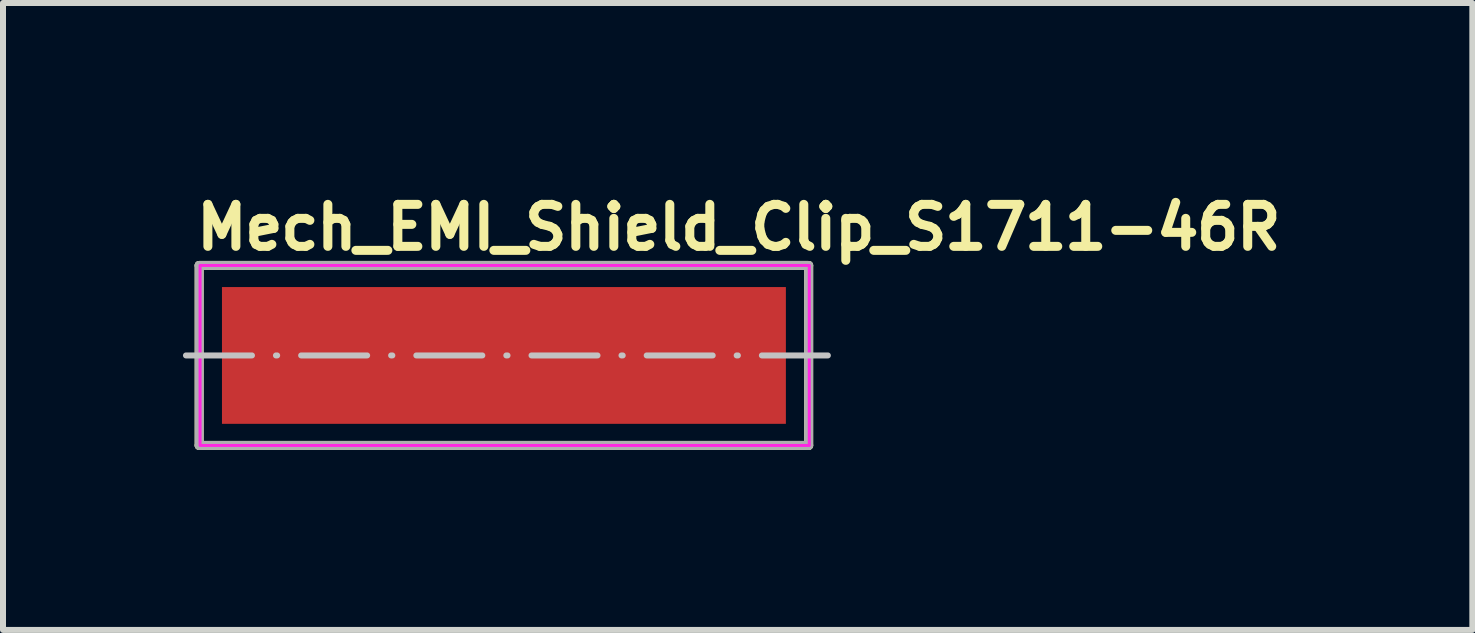
<source format=kicad_pcb>
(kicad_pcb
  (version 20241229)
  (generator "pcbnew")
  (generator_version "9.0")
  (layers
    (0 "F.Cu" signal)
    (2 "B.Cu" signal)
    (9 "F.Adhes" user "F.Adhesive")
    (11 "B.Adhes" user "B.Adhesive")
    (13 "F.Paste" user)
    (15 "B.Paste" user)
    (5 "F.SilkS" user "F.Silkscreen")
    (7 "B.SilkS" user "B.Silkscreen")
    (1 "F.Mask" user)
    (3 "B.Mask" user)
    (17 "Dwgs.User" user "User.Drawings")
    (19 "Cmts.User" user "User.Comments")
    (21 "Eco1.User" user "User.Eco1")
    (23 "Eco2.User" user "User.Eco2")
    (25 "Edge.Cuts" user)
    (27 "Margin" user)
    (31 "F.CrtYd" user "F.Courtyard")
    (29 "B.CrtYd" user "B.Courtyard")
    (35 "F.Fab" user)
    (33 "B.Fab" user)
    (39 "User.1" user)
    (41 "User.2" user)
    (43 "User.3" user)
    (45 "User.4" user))
  (footprint "Mech_EMI_Shield_Clip_S1711-46R"
    (layer "F.Cu")
    (at 5.35 2.875)
    (property "Reference" "Mech_EMI_Shield_Clip_S1711-46R" (at -5.2 -1.725 0) (layer "F.SilkS") (effects (font (size 0.7 0.7) (thickness 0.15)) (justify left bottom)))
    (attr smd)
    (fp_line (start -5.08 -1.5) (end 5.08 -1.5) (stroke (width 0.15) (type solid)) (layer "F.SilkS"))
    (fp_line (start -5.08 1.5) (end -5.08 -1.5) (stroke (width 0.15) (type solid)) (layer "F.SilkS"))
    (fp_line (start 5.08 -1.5) (end 5.08 1.5) (stroke (width 0.15) (type solid)) (layer "F.SilkS"))
    (fp_line (start 5.08 1.5) (end -5.08 1.5) (stroke (width 0.15) (type solid)) (layer "F.SilkS"))
    (fp_line (start -5.3 0) (end 5.525 0) (stroke (width 0.1) (type dash_dot)) (layer "Dwgs.User"))
    (fp_rect (start -5.065 -1.5) (end 5.09 1.5) (stroke (width 0.05) (type solid)) (fill no) (layer "F.CrtYd"))
    (fp_line (start -5.08 -1.5) (end 5.08 -1.5) (stroke (width 0.15) (type solid)) (layer "F.Fab"))
    (fp_line (start -5.08 1.5) (end -5.08 -1.5) (stroke (width 0.15) (type solid)) (layer "F.Fab"))
    (fp_line (start 5.08 -1.5) (end 5.08 1.5) (stroke (width 0.15) (type solid)) (layer "F.Fab"))
    (fp_line (start 5.08 1.5) (end -5.08 1.5) (stroke (width 0.15) (type solid)) (layer "F.Fab"))
    (fp_rect (start -4.494 -1.14) (end 4.494 1.14) (stroke (width 0.1) (type solid)) (fill no) (layer "User.5"))
    (fp_line (start -4.494 -0.94) (end -4.494 -1.14) (stroke (width 0.02) (type solid)) (layer "User.9"))
    (fp_line (start -4.394 -1.14) (end -4.494 -1.14) (stroke (width 0.02) (type solid)) (layer "User.9"))
    (fp_line (start -4.394 -1.14) (end -4.394 -1.138) (stroke (width 0.02) (type solid)) (layer "User.9"))
    (fp_line (start -4.394 -1.14) (end -1.8 -1.14) (stroke (width 0.02) (type solid)) (layer "User.9"))
    (fp_line (start -4.394 -1.138) (end -4.394 -1.134) (stroke (width 0.02) (type solid)) (layer "User.9"))
    (fp_line (start -4.394 -1.134) (end -4.394 -1.126) (stroke (width 0.02) (type solid)) (layer "User.9"))
    (fp_line (start -4.394 -1.126) (end -4.394 -1.115) (stroke (width 0.02) (type solid)) (layer "User.9"))
    (fp_line (start -4.394 -1.115) (end -4.394 -1.101) (stroke (width 0.02) (type solid)) (layer "User.9"))
    (fp_line (start -4.394 -1.101) (end -4.394 -1.084) (stroke (width 0.02) (type solid)) (layer "User.9"))
    (fp_line (start -4.394 -1.084) (end -4.394 -1.064) (stroke (width 0.02) (type solid)) (layer "User.9"))
    (fp_line (start -4.394 -1.064) (end -4.394 -1.042) (stroke (width 0.02) (type solid)) (layer "User.9"))
    (fp_line (start -4.394 -1.042) (end -4.394 -1.017) (stroke (width 0.02) (type solid)) (layer "User.9"))
    (fp_line (start -4.394 -1.017) (end -4.394 -0.99) (stroke (width 0.02) (type solid)) (layer "User.9"))
    (fp_line (start -4.394 -0.99) (end -4.394 -0.96) (stroke (width 0.02) (type solid)) (layer "User.9"))
    (fp_line (start -4.394 -0.96) (end -4.394 -0.929) (stroke (width 0.02) (type solid)) (layer "User.9"))
    (fp_line (start -4.394 -0.94) (end -4.494 -0.94) (stroke (width 0.02) (type solid)) (layer "User.9"))
    (fp_line (start -4.394 -0.929) (end -4.394 -0.895) (stroke (width 0.02) (type solid)) (layer "User.9"))
    (fp_line (start -4.394 -0.895) (end -4.394 -0.86) (stroke (width 0.02) (type solid)) (layer "User.9"))
    (fp_line (start -4.394 -0.86) (end -4.393 -0.884) (stroke (width 0.02) (type solid)) (layer "User.9"))
    (fp_line (start -4.394 -0.806) (end -4.394 -0.45) (stroke (width 0.02) (type solid)) (layer "User.9"))
    (fp_line (start -4.394 -0.74) (end -4.394 -0.86) (stroke (width 0.02) (type solid)) (layer "User.9"))
    (fp_line (start -4.394 -0.74) (end -4.394 -0.249) (stroke (width 0.02) (type solid)) (layer "User.9"))
    (fp_line (start -4.394 -0.249) (end -4.394 -0.223) (stroke (width 0.02) (type solid)) (layer "User.9"))
    (fp_line (start -4.394 -0.249) (end -1.8 -0.249) (stroke (width 0.02) (type solid)) (layer "User.9"))
    (fp_line (start -4.394 -0.223) (end -4.394 -0.199) (stroke (width 0.02) (type solid)) (layer "User.9"))
    (fp_line (start -4.394 -0.199) (end -4.394 -0.176) (stroke (width 0.02) (type solid)) (layer "User.9"))
    (fp_line (start -4.394 -0.176) (end -4.394 -0.155) (stroke (width 0.02) (type solid)) (layer "User.9"))
    (fp_line (start -4.394 -0.155) (end -4.394 -0.136) (stroke (width 0.02) (type solid)) (layer "User.9"))
    (fp_line (start -4.394 -0.136) (end -4.394 -0.118) (stroke (width 0.02) (type solid)) (layer "User.9"))
    (fp_line (start -4.394 -0.118) (end -4.394 -0.103) (stroke (width 0.02) (type solid)) (layer "User.9"))
    (fp_line (start -4.394 -0.103) (end -4.394 -0.089) (stroke (width 0.02) (type solid)) (layer "User.9"))
    (fp_line (start -4.394 -0.089) (end -4.394 -0.077) (stroke (width 0.02) (type solid)) (layer "User.9"))
    (fp_line (start -4.394 -0.077) (end -4.394 -0.067) (stroke (width 0.02) (type solid)) (layer "User.9"))
    (fp_line (start -4.394 -0.067) (end -4.394 -0.06) (stroke (width 0.02) (type solid)) (layer "User.9"))
    (fp_line (start -4.394 -0.06) (end -4.394 -0.054) (stroke (width 0.02) (type solid)) (layer "User.9"))
    (fp_line (start -4.394 -0.054) (end -4.394 -0.051) (stroke (width 0.02) (type solid)) (layer "User.9"))
    (fp_line (start -4.394 -0.051) (end -4.394 -0.05) (stroke (width 0.02) (type solid)) (layer "User.9"))
    (fp_line (start -4.394 -0.05) (end -4.394 0.05) (stroke (width 0.02) (type solid)) (layer "User.9"))
    (fp_line (start -4.394 -0.05) (end -1.8 -0.05) (stroke (width 0.02) (type solid)) (layer "User.9"))
    (fp_line (start -4.394 0.05) (end -4.394 0.051) (stroke (width 0.02) (type solid)) (layer "User.9"))
    (fp_line (start -4.394 0.05) (end -1.8 0.05) (stroke (width 0.02) (type solid)) (layer "User.9"))
    (fp_line (start -4.394 0.051) (end -4.394 0.054) (stroke (width 0.02) (type solid)) (layer "User.9"))
    (fp_line (start -4.394 0.054) (end -4.394 0.06) (stroke (width 0.02) (type solid)) (layer "User.9"))
    (fp_line (start -4.394 0.06) (end -4.394 0.067) (stroke (width 0.02) (type solid)) (layer "User.9"))
    (fp_line (start -4.394 0.067) (end -4.394 0.077) (stroke (width 0.02) (type solid)) (layer "User.9"))
    (fp_line (start -4.394 0.077) (end -4.394 0.089) (stroke (width 0.02) (type solid)) (layer "User.9"))
    (fp_line (start -4.394 0.089) (end -4.394 0.103) (stroke (width 0.02) (type solid)) (layer "User.9"))
    (fp_line (start -4.394 0.103) (end -4.394 0.118) (stroke (width 0.02) (type solid)) (layer "User.9"))
    (fp_line (start -4.394 0.118) (end -4.394 0.136) (stroke (width 0.02) (type solid)) (layer "User.9"))
    (fp_line (start -4.394 0.136) (end -4.394 0.155) (stroke (width 0.02) (type solid)) (layer "User.9"))
    (fp_line (start -4.394 0.155) (end -4.394 0.176) (stroke (width 0.02) (type solid)) (layer "User.9"))
    (fp_line (start -4.394 0.176) (end -4.394 0.199) (stroke (width 0.02) (type solid)) (layer "User.9"))
    (fp_line (start -4.394 0.199) (end -4.394 0.223) (stroke (width 0.02) (type solid)) (layer "User.9"))
    (fp_line (start -4.394 0.223) (end -4.394 0.249) (stroke (width 0.02) (type solid)) (layer "User.9"))
    (fp_line (start -4.394 0.249) (end -4.394 0.74) (stroke (width 0.02) (type solid)) (layer "User.9"))
    (fp_line (start -4.394 0.249) (end -1.8 0.249) (stroke (width 0.02) (type solid)) (layer "User.9"))
    (fp_line (start -4.394 0.45) (end -4.394 0.806) (stroke (width 0.02) (type solid)) (layer "User.9"))
    (fp_line (start -4.394 0.74) (end -4.393 0.764) (stroke (width 0.02) (type solid)) (layer "User.9"))
    (fp_line (start -4.394 0.806) (end -4.394 0.847) (stroke (width 0.02) (type solid)) (layer "User.9"))
    (fp_line (start -4.394 0.847) (end -4.394 0.886) (stroke (width 0.02) (type solid)) (layer "User.9"))
    (fp_line (start -4.394 0.86) (end -4.394 0.74) (stroke (width 0.02) (type solid)) (layer "User.9"))
    (fp_line (start -4.394 0.886) (end -4.394 0.924) (stroke (width 0.02) (type solid)) (layer "User.9"))
    (fp_line (start -4.394 0.924) (end -4.394 0.959) (stroke (width 0.02) (type solid)) (layer "User.9"))
    (fp_line (start -4.394 0.959) (end -4.394 0.991) (stroke (width 0.02) (type solid)) (layer "User.9"))
    (fp_line (start -4.394 0.991) (end -4.394 1.021) (stroke (width 0.02) (type solid)) (layer "User.9"))
    (fp_line (start -4.394 1.021) (end -4.394 1.048) (stroke (width 0.02) (type solid)) (layer "User.9"))
    (fp_line (start -4.394 1.048) (end -4.394 1.072) (stroke (width 0.02) (type solid)) (layer "User.9"))
    (fp_line (start -4.394 1.072) (end -4.394 1.092) (stroke (width 0.02) (type solid)) (layer "User.9"))
    (fp_line (start -4.394 1.092) (end -4.394 1.109) (stroke (width 0.02) (type solid)) (layer "User.9"))
    (fp_line (start -4.394 1.109) (end -4.394 1.123) (stroke (width 0.02) (type solid)) (layer "User.9"))
    (fp_line (start -4.394 1.123) (end -4.394 1.132) (stroke (width 0.02) (type solid)) (layer "User.9"))
    (fp_line (start -4.394 1.132) (end -4.394 1.138) (stroke (width 0.02) (type solid)) (layer "User.9"))
    (fp_line (start -4.394 1.138) (end -4.394 1.14) (stroke (width 0.02) (type solid)) (layer "User.9"))
    (fp_line (start -4.394 1.14) (end -1.8 1.14) (stroke (width 0.02) (type solid)) (layer "User.9"))
    (fp_line (start -4.393 -0.884) (end -4.388 -0.907) (stroke (width 0.02) (type solid)) (layer "User.9"))
    (fp_line (start -4.393 -0.764) (end -4.394 -0.74) (stroke (width 0.02) (type solid)) (layer "User.9"))
    (fp_line (start -4.393 0.764) (end -4.388 0.787) (stroke (width 0.02) (type solid)) (layer "User.9"))
    (fp_line (start -4.393 0.884) (end -4.394 0.86) (stroke (width 0.02) (type solid)) (layer "User.9"))
    (fp_line (start -4.388 -0.907) (end -4.381 -0.93) (stroke (width 0.02) (type solid)) (layer "User.9"))
    (fp_line (start -4.388 -0.787) (end -4.393 -0.764) (stroke (width 0.02) (type solid)) (layer "User.9"))
    (fp_line (start -4.388 0.787) (end -4.381 0.81) (stroke (width 0.02) (type solid)) (layer "User.9"))
    (fp_line (start -4.388 0.907) (end -4.393 0.884) (stroke (width 0.02) (type solid)) (layer "User.9"))
    (fp_line (start -4.381 -0.93) (end -4.371 -0.952) (stroke (width 0.02) (type solid)) (layer "User.9"))
    (fp_line (start -4.381 -0.81) (end -4.388 -0.787) (stroke (width 0.02) (type solid)) (layer "User.9"))
    (fp_line (start -4.381 0.81) (end -4.371 0.832) (stroke (width 0.02) (type solid)) (layer "User.9"))
    (fp_line (start -4.381 0.93) (end -4.388 0.907) (stroke (width 0.02) (type solid)) (layer "User.9"))
    (fp_line (start -4.371 -0.952) (end -4.359 -0.973) (stroke (width 0.02) (type solid)) (layer "User.9"))
    (fp_line (start -4.371 -0.832) (end -4.381 -0.81) (stroke (width 0.02) (type solid)) (layer "User.9"))
    (fp_line (start -4.371 0.832) (end -4.359 0.853) (stroke (width 0.02) (type solid)) (layer "User.9"))
    (fp_line (start -4.371 0.952) (end -4.381 0.93) (stroke (width 0.02) (type solid)) (layer "User.9"))
    (fp_line (start -4.359 -0.973) (end -4.344 -0.994) (stroke (width 0.02) (type solid)) (layer "User.9"))
    (fp_line (start -4.359 -0.853) (end -4.371 -0.832) (stroke (width 0.02) (type solid)) (layer "User.9"))
    (fp_line (start -4.359 0.853) (end -4.344 0.873) (stroke (width 0.02) (type solid)) (layer "User.9"))
    (fp_line (start -4.359 0.973) (end -4.371 0.952) (stroke (width 0.02) (type solid)) (layer "User.9"))
    (fp_line (start -4.344 -0.994) (end -4.326 -1.012) (stroke (width 0.02) (type solid)) (layer "User.9"))
    (fp_line (start -4.344 -0.873) (end -4.359 -0.853) (stroke (width 0.02) (type solid)) (layer "User.9"))
    (fp_line (start -4.344 0.873) (end -4.326 0.892) (stroke (width 0.02) (type solid)) (layer "User.9"))
    (fp_line (start -4.344 0.994) (end -4.359 0.973) (stroke (width 0.02) (type solid)) (layer "User.9"))
    (fp_line (start -4.326 -1.012) (end -4.306 -1.03) (stroke (width 0.02) (type solid)) (layer "User.9"))
    (fp_line (start -4.326 -0.892) (end -4.344 -0.873) (stroke (width 0.02) (type solid)) (layer "User.9"))
    (fp_line (start -4.326 0.892) (end -4.306 0.909) (stroke (width 0.02) (type solid)) (layer "User.9"))
    (fp_line (start -4.326 1.012) (end -4.344 0.994) (stroke (width 0.02) (type solid)) (layer "User.9"))
    (fp_line (start -4.306 -1.03) (end -4.285 -1.046) (stroke (width 0.02) (type solid)) (layer "User.9"))
    (fp_line (start -4.306 -0.909) (end -4.326 -0.892) (stroke (width 0.02) (type solid)) (layer "User.9"))
    (fp_line (start -4.306 0.909) (end -4.285 0.925) (stroke (width 0.02) (type solid)) (layer "User.9"))
    (fp_line (start -4.306 1.03) (end -4.326 1.012) (stroke (width 0.02) (type solid)) (layer "User.9"))
    (fp_line (start -4.285 -1.046) (end -4.261 -1.06) (stroke (width 0.02) (type solid)) (layer "User.9"))
    (fp_line (start -4.285 -0.925) (end -4.306 -0.909) (stroke (width 0.02) (type solid)) (layer "User.9"))
    (fp_line (start -4.285 0.925) (end -4.261 0.939) (stroke (width 0.02) (type solid)) (layer "User.9"))
    (fp_line (start -4.285 1.046) (end -4.306 1.03) (stroke (width 0.02) (type solid)) (layer "User.9"))
    (fp_line (start -4.261 -1.06) (end -4.236 -1.072) (stroke (width 0.02) (type solid)) (layer "User.9"))
    (fp_line (start -4.261 -0.939) (end -4.285 -0.925) (stroke (width 0.02) (type solid)) (layer "User.9"))
    (fp_line (start -4.261 0.939) (end -4.236 0.951) (stroke (width 0.02) (type solid)) (layer "User.9"))
    (fp_line (start -4.261 1.06) (end -4.285 1.046) (stroke (width 0.02) (type solid)) (layer "User.9"))
    (fp_line (start -4.236 -1.072) (end -4.209 -1.082) (stroke (width 0.02) (type solid)) (layer "User.9"))
    (fp_line (start -4.236 -0.951) (end -4.261 -0.939) (stroke (width 0.02) (type solid)) (layer "User.9"))
    (fp_line (start -4.236 0.951) (end -4.209 0.961) (stroke (width 0.02) (type solid)) (layer "User.9"))
    (fp_line (start -4.236 1.072) (end -4.261 1.06) (stroke (width 0.02) (type solid)) (layer "User.9"))
    (fp_line (start -4.209 -1.082) (end -4.181 -1.09) (stroke (width 0.02) (type solid)) (layer "User.9"))
    (fp_line (start -4.209 -0.961) (end -4.236 -0.951) (stroke (width 0.02) (type solid)) (layer "User.9"))
    (fp_line (start -4.209 0.961) (end -4.181 0.969) (stroke (width 0.02) (type solid)) (layer "User.9"))
    (fp_line (start -4.209 1.082) (end -4.236 1.072) (stroke (width 0.02) (type solid)) (layer "User.9"))
    (fp_line (start -4.181 -1.09) (end -4.153 -1.095) (stroke (width 0.02) (type solid)) (layer "User.9"))
    (fp_line (start -4.181 -0.969) (end -4.209 -0.961) (stroke (width 0.02) (type solid)) (layer "User.9"))
    (fp_line (start -4.181 0.969) (end -4.153 0.975) (stroke (width 0.02) (type solid)) (layer "User.9"))
    (fp_line (start -4.181 1.09) (end -4.209 1.082) (stroke (width 0.02) (type solid)) (layer "User.9"))
    (fp_line (start -4.153 -1.095) (end -4.124 -1.099) (stroke (width 0.02) (type solid)) (layer "User.9"))
    (fp_line (start -4.153 -0.975) (end -4.181 -0.969) (stroke (width 0.02) (type solid)) (layer "User.9"))
    (fp_line (start -4.153 0.975) (end -4.124 0.978) (stroke (width 0.02) (type solid)) (layer "User.9"))
    (fp_line (start -4.153 1.095) (end -4.181 1.09) (stroke (width 0.02) (type solid)) (layer "User.9"))
    (fp_line (start -4.124 -1.099) (end -4.094 -1.1) (stroke (width 0.02) (type solid)) (layer "User.9"))
    (fp_line (start -4.124 -0.978) (end -4.153 -0.975) (stroke (width 0.02) (type solid)) (layer "User.9"))
    (fp_line (start -4.124 0.978) (end -4.094 0.98) (stroke (width 0.02) (type solid)) (layer "User.9"))
    (fp_line (start -4.124 1.099) (end -4.153 1.095) (stroke (width 0.02) (type solid)) (layer "User.9"))
    (fp_line (start -4.094 -1.1) (end -2.1 -1.1) (stroke (width 0.02) (type solid)) (layer "User.9"))
    (fp_line (start -4.094 -0.98) (end -4.124 -0.978) (stroke (width 0.02) (type solid)) (layer "User.9"))
    (fp_line (start -4.094 -0.98) (end -4.094 -1.1) (stroke (width 0.02) (type solid)) (layer "User.9"))
    (fp_line (start -4.094 -0.98) (end -2.1 -0.98) (stroke (width 0.02) (type solid)) (layer "User.9"))
    (fp_line (start -4.094 0.98) (end -2.1 0.98) (stroke (width 0.02) (type solid)) (layer "User.9"))
    (fp_line (start -4.094 1.1) (end -4.124 1.099) (stroke (width 0.02) (type solid)) (layer "User.9"))
    (fp_line (start -4.094 1.1) (end -4.094 0.98) (stroke (width 0.02) (type solid)) (layer "User.9"))
    (fp_line (start -4.094 1.1) (end -2.1 1.1) (stroke (width 0.02) (type solid)) (layer "User.9"))
    (fp_line (start -3.75 0) (end -3.747 -0.05) (stroke (width 0.02) (type solid)) (layer "User.9"))
    (fp_line (start -3.747 0.05) (end -3.75 0) (stroke (width 0.02) (type solid)) (layer "User.9"))
    (fp_line (start -2.1 -1.1) (end -2.071 -1.099) (stroke (width 0.02) (type solid)) (layer "User.9"))
    (fp_line (start -2.1 -0.98) (end -2.1 -1.1) (stroke (width 0.02) (type solid)) (layer "User.9"))
    (fp_line (start -2.1 0.98) (end -2.071 0.978) (stroke (width 0.02) (type solid)) (layer "User.9"))
    (fp_line (start -2.1 1.1) (end -2.1 0.98) (stroke (width 0.02) (type solid)) (layer "User.9"))
    (fp_line (start -2.071 -1.099) (end -2.041 -1.095) (stroke (width 0.02) (type solid)) (layer "User.9"))
    (fp_line (start -2.071 -0.978) (end -2.1 -0.98) (stroke (width 0.02) (type solid)) (layer "User.9"))
    (fp_line (start -2.071 0.978) (end -2.041 0.975) (stroke (width 0.02) (type solid)) (layer "User.9"))
    (fp_line (start -2.071 1.099) (end -2.1 1.1) (stroke (width 0.02) (type solid)) (layer "User.9"))
    (fp_line (start -2.041 -1.095) (end -2.013 -1.09) (stroke (width 0.02) (type solid)) (layer "User.9"))
    (fp_line (start -2.041 -0.975) (end -2.071 -0.978) (stroke (width 0.02) (type solid)) (layer "User.9"))
    (fp_line (start -2.041 0.975) (end -2.013 0.969) (stroke (width 0.02) (type solid)) (layer "User.9"))
    (fp_line (start -2.041 1.095) (end -2.071 1.099) (stroke (width 0.02) (type solid)) (layer "User.9"))
    (fp_line (start -2.013 -1.09) (end -1.985 -1.082) (stroke (width 0.02) (type solid)) (layer "User.9"))
    (fp_line (start -2.013 -0.969) (end -2.041 -0.975) (stroke (width 0.02) (type solid)) (layer "User.9"))
    (fp_line (start -2.013 0.969) (end -1.985 0.961) (stroke (width 0.02) (type solid)) (layer "User.9"))
    (fp_line (start -2.013 1.09) (end -2.041 1.095) (stroke (width 0.02) (type solid)) (layer "User.9"))
    (fp_line (start -1.985 -1.082) (end -1.959 -1.072) (stroke (width 0.02) (type solid)) (layer "User.9"))
    (fp_line (start -1.985 -0.961) (end -2.013 -0.969) (stroke (width 0.02) (type solid)) (layer "User.9"))
    (fp_line (start -1.985 0.961) (end -1.959 0.951) (stroke (width 0.02) (type solid)) (layer "User.9"))
    (fp_line (start -1.985 1.082) (end -2.013 1.09) (stroke (width 0.02) (type solid)) (layer "User.9"))
    (fp_line (start -1.973 -0.05) (end -1.97 0) (stroke (width 0.02) (type solid)) (layer "User.9"))
    (fp_line (start -1.97 0) (end -1.973 0.05) (stroke (width 0.02) (type solid)) (layer "User.9"))
    (fp_line (start -1.959 -1.072) (end -1.933 -1.06) (stroke (width 0.02) (type solid)) (layer "User.9"))
    (fp_line (start -1.959 -0.951) (end -1.985 -0.961) (stroke (width 0.02) (type solid)) (layer "User.9"))
    (fp_line (start -1.959 0.951) (end -1.933 0.939) (stroke (width 0.02) (type solid)) (layer "User.9"))
    (fp_line (start -1.959 1.072) (end -1.985 1.082) (stroke (width 0.02) (type solid)) (layer "User.9"))
    (fp_line (start -1.933 -1.06) (end -1.91 -1.046) (stroke (width 0.02) (type solid)) (layer "User.9"))
    (fp_line (start -1.933 -0.939) (end -1.959 -0.951) (stroke (width 0.02) (type solid)) (layer "User.9"))
    (fp_line (start -1.933 0.939) (end -1.91 0.925) (stroke (width 0.02) (type solid)) (layer "User.9"))
    (fp_line (start -1.933 1.06) (end -1.959 1.072) (stroke (width 0.02) (type solid)) (layer "User.9"))
    (fp_line (start -1.91 -1.046) (end -1.888 -1.03) (stroke (width 0.02) (type solid)) (layer "User.9"))
    (fp_line (start -1.91 -0.925) (end -1.933 -0.939) (stroke (width 0.02) (type solid)) (layer "User.9"))
    (fp_line (start -1.91 0.925) (end -1.888 0.909) (stroke (width 0.02) (type solid)) (layer "User.9"))
    (fp_line (start -1.91 1.046) (end -1.933 1.06) (stroke (width 0.02) (type solid)) (layer "User.9"))
    (fp_line (start -1.888 -1.03) (end -1.868 -1.012) (stroke (width 0.02) (type solid)) (layer "User.9"))
    (fp_line (start -1.888 -0.909) (end -1.91 -0.925) (stroke (width 0.02) (type solid)) (layer "User.9"))
    (fp_line (start -1.888 0.909) (end -1.868 0.892) (stroke (width 0.02) (type solid)) (layer "User.9"))
    (fp_line (start -1.888 1.03) (end -1.91 1.046) (stroke (width 0.02) (type solid)) (layer "User.9"))
    (fp_line (start -1.868 -1.012) (end -1.851 -0.994) (stroke (width 0.02) (type solid)) (layer "User.9"))
    (fp_line (start -1.868 -0.892) (end -1.888 -0.909) (stroke (width 0.02) (type solid)) (layer "User.9"))
    (fp_line (start -1.868 0.892) (end -1.851 0.873) (stroke (width 0.02) (type solid)) (layer "User.9"))
    (fp_line (start -1.868 1.012) (end -1.888 1.03) (stroke (width 0.02) (type solid)) (layer "User.9"))
    (fp_line (start -1.851 -0.994) (end -1.835 -0.973) (stroke (width 0.02) (type solid)) (layer "User.9"))
    (fp_line (start -1.851 -0.873) (end -1.868 -0.892) (stroke (width 0.02) (type solid)) (layer "User.9"))
    (fp_line (start -1.851 0.873) (end -1.835 0.853) (stroke (width 0.02) (type solid)) (layer "User.9"))
    (fp_line (start -1.851 0.994) (end -1.868 1.012) (stroke (width 0.02) (type solid)) (layer "User.9"))
    (fp_line (start -1.835 -0.973) (end -1.823 -0.952) (stroke (width 0.02) (type solid)) (layer "User.9"))
    (fp_line (start -1.835 -0.853) (end -1.851 -0.873) (stroke (width 0.02) (type solid)) (layer "User.9"))
    (fp_line (start -1.835 0.853) (end -1.823 0.832) (stroke (width 0.02) (type solid)) (layer "User.9"))
    (fp_line (start -1.835 0.973) (end -1.851 0.994) (stroke (width 0.02) (type solid)) (layer "User.9"))
    (fp_line (start -1.823 -0.952) (end -1.813 -0.93) (stroke (width 0.02) (type solid)) (layer "User.9"))
    (fp_line (start -1.823 -0.832) (end -1.835 -0.853) (stroke (width 0.02) (type solid)) (layer "User.9"))
    (fp_line (start -1.823 0.832) (end -1.813 0.81) (stroke (width 0.02) (type solid)) (layer "User.9"))
    (fp_line (start -1.823 0.952) (end -1.835 0.973) (stroke (width 0.02) (type solid)) (layer "User.9"))
    (fp_line (start -1.813 -0.93) (end -1.806 -0.907) (stroke (width 0.02) (type solid)) (layer "User.9"))
    (fp_line (start -1.813 -0.81) (end -1.823 -0.832) (stroke (width 0.02) (type solid)) (layer "User.9"))
    (fp_line (start -1.813 0.81) (end -1.806 0.787) (stroke (width 0.02) (type solid)) (layer "User.9"))
    (fp_line (start -1.813 0.93) (end -1.823 0.952) (stroke (width 0.02) (type solid)) (layer "User.9"))
    (fp_line (start -1.806 -0.907) (end -1.801 -0.884) (stroke (width 0.02) (type solid)) (layer "User.9"))
    (fp_line (start -1.806 -0.787) (end -1.813 -0.81) (stroke (width 0.02) (type solid)) (layer "User.9"))
    (fp_line (start -1.806 0.787) (end -1.801 0.764) (stroke (width 0.02) (type solid)) (layer "User.9"))
    (fp_line (start -1.806 0.907) (end -1.813 0.93) (stroke (width 0.02) (type solid)) (layer "User.9"))
    (fp_line (start -1.801 -0.884) (end -1.8 -0.86) (stroke (width 0.02) (type solid)) (layer "User.9"))
    (fp_line (start -1.801 -0.764) (end -1.806 -0.787) (stroke (width 0.02) (type solid)) (layer "User.9"))
    (fp_line (start -1.801 0.764) (end -1.8 0.74) (stroke (width 0.02) (type solid)) (layer "User.9"))
    (fp_line (start -1.801 0.884) (end -1.806 0.907) (stroke (width 0.02) (type solid)) (layer "User.9"))
    (fp_line (start -1.8 -1.14) (end -1.8 -1.138) (stroke (width 0.02) (type solid)) (layer "User.9"))
    (fp_line (start -1.8 -1.138) (end -1.8 -1.132) (stroke (width 0.02) (type solid)) (layer "User.9"))
    (fp_line (start -1.8 -1.132) (end -1.8 -1.123) (stroke (width 0.02) (type solid)) (layer "User.9"))
    (fp_line (start -1.8 -1.123) (end -1.8 -1.109) (stroke (width 0.02) (type solid)) (layer "User.9"))
    (fp_line (start -1.8 -1.109) (end -1.8 -1.092) (stroke (width 0.02) (type solid)) (layer "User.9"))
    (fp_line (start -1.8 -1.092) (end -1.8 -1.072) (stroke (width 0.02) (type solid)) (layer "User.9"))
    (fp_line (start -1.8 -1.072) (end -1.8 -1.048) (stroke (width 0.02) (type solid)) (layer "User.9"))
    (fp_line (start -1.8 -1.048) (end -1.8 -1.021) (stroke (width 0.02) (type solid)) (layer "User.9"))
    (fp_line (start -1.8 -1.021) (end -1.8 -0.991) (stroke (width 0.02) (type solid)) (layer "User.9"))
    (fp_line (start -1.8 -0.991) (end -1.8 -0.959) (stroke (width 0.02) (type solid)) (layer "User.9"))
    (fp_line (start -1.8 -0.959) (end -1.8 -0.924) (stroke (width 0.02) (type solid)) (layer "User.9"))
    (fp_line (start -1.8 -0.924) (end -1.8 -0.886) (stroke (width 0.02) (type solid)) (layer "User.9"))
    (fp_line (start -1.8 -0.886) (end -1.8 -0.847) (stroke (width 0.02) (type solid)) (layer "User.9"))
    (fp_line (start -1.8 -0.847) (end -1.8 -0.806) (stroke (width 0.02) (type solid)) (layer "User.9"))
    (fp_line (start -1.8 -0.806) (end -1.8 -0.45) (stroke (width 0.02) (type solid)) (layer "User.9"))
    (fp_line (start -1.8 -0.74) (end -1.801 -0.764) (stroke (width 0.02) (type solid)) (layer "User.9"))
    (fp_line (start -1.8 -0.74) (end -1.8 -0.86) (stroke (width 0.02) (type solid)) (layer "User.9"))
    (fp_line (start -1.8 -0.74) (end -1.8 -0.249) (stroke (width 0.02) (type solid)) (layer "User.9"))
    (fp_line (start -1.8 -0.249) (end -1.8 -0.223) (stroke (width 0.02) (type solid)) (layer "User.9"))
    (fp_line (start -1.8 -0.223) (end -1.8 -0.199) (stroke (width 0.02) (type solid)) (layer "User.9"))
    (fp_line (start -1.8 -0.199) (end -1.8 -0.176) (stroke (width 0.02) (type solid)) (layer "User.9"))
    (fp_line (start -1.8 -0.176) (end -1.8 -0.155) (stroke (width 0.02) (type solid)) (layer "User.9"))
    (fp_line (start -1.8 -0.155) (end -1.8 -0.136) (stroke (width 0.02) (type solid)) (layer "User.9"))
    (fp_line (start -1.8 -0.136) (end -1.8 -0.118) (stroke (width 0.02) (type solid)) (layer "User.9"))
    (fp_line (start -1.8 -0.118) (end -1.8 -0.103) (stroke (width 0.02) (type solid)) (layer "User.9"))
    (fp_line (start -1.8 -0.103) (end -1.8 -0.089) (stroke (width 0.02) (type solid)) (layer "User.9"))
    (fp_line (start -1.8 -0.089) (end -1.8 -0.077) (stroke (width 0.02) (type solid)) (layer "User.9"))
    (fp_line (start -1.8 -0.077) (end -1.8 -0.067) (stroke (width 0.02) (type solid)) (layer "User.9"))
    (fp_line (start -1.8 -0.067) (end -1.8 -0.06) (stroke (width 0.02) (type solid)) (layer "User.9"))
    (fp_line (start -1.8 -0.06) (end -1.8 -0.054) (stroke (width 0.02) (type solid)) (layer "User.9"))
    (fp_line (start -1.8 -0.054) (end -1.8 -0.051) (stroke (width 0.02) (type solid)) (layer "User.9"))
    (fp_line (start -1.8 -0.051) (end -1.8 -0.05) (stroke (width 0.02) (type solid)) (layer "User.9"))
    (fp_line (start -1.8 0.05) (end -1.8 0.051) (stroke (width 0.02) (type solid)) (layer "User.9"))
    (fp_line (start -1.8 0.051) (end -1.8 0.054) (stroke (width 0.02) (type solid)) (layer "User.9"))
    (fp_line (start -1.8 0.054) (end -1.8 0.06) (stroke (width 0.02) (type solid)) (layer "User.9"))
    (fp_line (start -1.8 0.06) (end -1.8 0.067) (stroke (width 0.02) (type solid)) (layer "User.9"))
    (fp_line (start -1.8 0.067) (end -1.8 0.077) (stroke (width 0.02) (type solid)) (layer "User.9"))
    (fp_line (start -1.8 0.077) (end -1.8 0.089) (stroke (width 0.02) (type solid)) (layer "User.9"))
    (fp_line (start -1.8 0.089) (end -1.8 0.103) (stroke (width 0.02) (type solid)) (layer "User.9"))
    (fp_line (start -1.8 0.103) (end -1.8 0.118) (stroke (width 0.02) (type solid)) (layer "User.9"))
    (fp_line (start -1.8 0.118) (end -1.8 0.136) (stroke (width 0.02) (type solid)) (layer "User.9"))
    (fp_line (start -1.8 0.136) (end -1.8 0.155) (stroke (width 0.02) (type solid)) (layer "User.9"))
    (fp_line (start -1.8 0.155) (end -1.8 0.176) (stroke (width 0.02) (type solid)) (layer "User.9"))
    (fp_line (start -1.8 0.176) (end -1.8 0.199) (stroke (width 0.02) (type solid)) (layer "User.9"))
    (fp_line (start -1.8 0.199) (end -1.8 0.223) (stroke (width 0.02) (type solid)) (layer "User.9"))
    (fp_line (start -1.8 0.223) (end -1.8 0.249) (stroke (width 0.02) (type solid)) (layer "User.9"))
    (fp_line (start -1.8 0.249) (end -1.8 0.74) (stroke (width 0.02) (type solid)) (layer "User.9"))
    (fp_line (start -1.8 0.45) (end -1.8 0.806) (stroke (width 0.02) (type solid)) (layer "User.9"))
    (fp_line (start -1.8 0.64) (end -1.796 0.607) (stroke (width 0.02) (type solid)) (layer "User.9"))
    (fp_line (start -1.8 0.806) (end -1.8 0.847) (stroke (width 0.02) (type solid)) (layer "User.9"))
    (fp_line (start -1.8 0.847) (end -1.8 0.886) (stroke (width 0.02) (type solid)) (layer "User.9"))
    (fp_line (start -1.8 0.86) (end -1.801 0.884) (stroke (width 0.02) (type solid)) (layer "User.9"))
    (fp_line (start -1.8 0.86) (end -1.8 0.74) (stroke (width 0.02) (type solid)) (layer "User.9"))
    (fp_line (start -1.8 0.886) (end -1.8 0.924) (stroke (width 0.02) (type solid)) (layer "User.9"))
    (fp_line (start -1.8 0.924) (end -1.8 0.959) (stroke (width 0.02) (type solid)) (layer "User.9"))
    (fp_line (start -1.8 0.959) (end -1.8 0.991) (stroke (width 0.02) (type solid)) (layer "User.9"))
    (fp_line (start -1.8 0.991) (end -1.8 1.021) (stroke (width 0.02) (type solid)) (layer "User.9"))
    (fp_line (start -1.8 1.021) (end -1.8 1.048) (stroke (width 0.02) (type solid)) (layer "User.9"))
    (fp_line (start -1.8 1.048) (end -1.8 1.072) (stroke (width 0.02) (type solid)) (layer "User.9"))
    (fp_line (start -1.8 1.072) (end -1.8 1.092) (stroke (width 0.02) (type solid)) (layer "User.9"))
    (fp_line (start -1.8 1.092) (end -1.8 1.109) (stroke (width 0.02) (type solid)) (layer "User.9"))
    (fp_line (start -1.8 1.109) (end -1.8 1.123) (stroke (width 0.02) (type solid)) (layer "User.9"))
    (fp_line (start -1.8 1.123) (end -1.8 1.132) (stroke (width 0.02) (type solid)) (layer "User.9"))
    (fp_line (start -1.8 1.132) (end -1.8 1.138) (stroke (width 0.02) (type solid)) (layer "User.9"))
    (fp_line (start -1.8 1.138) (end -1.8 1.14) (stroke (width 0.02) (type solid)) (layer "User.9"))
    (fp_line (start -1.796 -0.607) (end -1.8 -0.64) (stroke (width 0.02) (type solid)) (layer "User.9"))
    (fp_line (start -1.796 0.607) (end -1.785 0.575) (stroke (width 0.02) (type solid)) (layer "User.9"))
    (fp_line (start -1.785 -0.575) (end -1.796 -0.607) (stroke (width 0.02) (type solid)) (layer "User.9"))
    (fp_line (start -1.785 0.575) (end -1.767 0.546) (stroke (width 0.02) (type solid)) (layer "User.9"))
    (fp_line (start -1.767 -0.546) (end -1.785 -0.575) (stroke (width 0.02) (type solid)) (layer "User.9"))
    (fp_line (start -1.767 0.546) (end -1.744 0.523) (stroke (width 0.02) (type solid)) (layer "User.9"))
    (fp_line (start -1.744 -0.523) (end -1.767 -0.546) (stroke (width 0.02) (type solid)) (layer "User.9"))
    (fp_line (start -1.744 0.523) (end -1.715 0.505) (stroke (width 0.02) (type solid)) (layer "User.9"))
    (fp_line (start -1.715 -0.505) (end -1.744 -0.523) (stroke (width 0.02) (type solid)) (layer "User.9"))
    (fp_line (start -1.715 0.505) (end -1.683 0.494) (stroke (width 0.02) (type solid)) (layer "User.9"))
    (fp_line (start -1.683 -0.494) (end -1.715 -0.505) (stroke (width 0.02) (type solid)) (layer "User.9"))
    (fp_line (start -1.683 0.494) (end -1.65 0.49) (stroke (width 0.02) (type solid)) (layer "User.9"))
    (fp_line (start -1.65 -0.49) (end -1.683 -0.494) (stroke (width 0.02) (type solid)) (layer "User.9"))
    (fp_line (start -1.65 0.49) (end -1.617 0.494) (stroke (width 0.02) (type solid)) (layer "User.9"))
    (fp_line (start -1.617 -0.494) (end -1.65 -0.49) (stroke (width 0.02) (type solid)) (layer "User.9"))
    (fp_line (start -1.617 0.494) (end -1.585 0.505) (stroke (width 0.02) (type solid)) (layer "User.9"))
    (fp_line (start -1.585 -0.505) (end -1.617 -0.494) (stroke (width 0.02) (type solid)) (layer "User.9"))
    (fp_line (start -1.585 0.505) (end -1.556 0.523) (stroke (width 0.02) (type solid)) (layer "User.9"))
    (fp_line (start -1.556 -0.523) (end -1.585 -0.505) (stroke (width 0.02) (type solid)) (layer "User.9"))
    (fp_line (start -1.556 0.523) (end -1.533 0.546) (stroke (width 0.02) (type solid)) (layer "User.9"))
    (fp_line (start -1.533 -0.546) (end -1.556 -0.523) (stroke (width 0.02) (type solid)) (layer "User.9"))
    (fp_line (start -1.533 0.546) (end -1.515 0.575) (stroke (width 0.02) (type solid)) (layer "User.9"))
    (fp_line (start -1.515 -0.575) (end -1.533 -0.546) (stroke (width 0.02) (type solid)) (layer "User.9"))
    (fp_line (start -1.515 0.575) (end -1.504 0.607) (stroke (width 0.02) (type solid)) (layer "User.9"))
    (fp_line (start -1.504 -0.607) (end -1.515 -0.575) (stroke (width 0.02) (type solid)) (layer "User.9"))
    (fp_line (start -1.504 0.607) (end -1.5 0.64) (stroke (width 0.02) (type solid)) (layer "User.9"))
    (fp_line (start -1.5 -0.84) (end -1.5 -0.64) (stroke (width 0.02) (type solid)) (layer "User.9"))
    (fp_line (start -1.5 -0.64) (end -1.504 -0.607) (stroke (width 0.02) (type solid)) (layer "User.9"))
    (fp_line (start -1.5 0.84) (end -1.5 0.64) (stroke (width 0.02) (type solid)) (layer "User.9"))
    (fp_line (start -1.5 0.84) (end -1.496 0.887) (stroke (width 0.02) (type solid)) (layer "User.9"))
    (fp_line (start -1.496 -0.887) (end -1.5 -0.84) (stroke (width 0.02) (type solid)) (layer "User.9"))
    (fp_line (start -1.496 0.887) (end -1.485 0.933) (stroke (width 0.02) (type solid)) (layer "User.9"))
    (fp_line (start -1.485 -0.933) (end -1.496 -0.887) (stroke (width 0.02) (type solid)) (layer "User.9"))
    (fp_line (start -1.485 0.933) (end -1.467 0.976) (stroke (width 0.02) (type solid)) (layer "User.9"))
    (fp_line (start -1.467 -0.976) (end -1.485 -0.933) (stroke (width 0.02) (type solid)) (layer "User.9"))
    (fp_line (start -1.467 0.976) (end -1.443 1.016) (stroke (width 0.02) (type solid)) (layer "User.9"))
    (fp_line (start -1.443 -1.016) (end -1.467 -0.976) (stroke (width 0.02) (type solid)) (layer "User.9"))
    (fp_line (start -1.443 1.016) (end -1.412 1.052) (stroke (width 0.02) (type solid)) (layer "User.9"))
    (fp_line (start -1.412 -1.052) (end -1.443 -1.016) (stroke (width 0.02) (type solid)) (layer "User.9"))
    (fp_line (start -1.412 1.052) (end -1.376 1.083) (stroke (width 0.02) (type solid)) (layer "User.9"))
    (fp_line (start -1.376 -1.083) (end -1.412 -1.052) (stroke (width 0.02) (type solid)) (layer "User.9"))
    (fp_line (start -1.376 1.083) (end -1.336 1.107) (stroke (width 0.02) (type solid)) (layer "User.9"))
    (fp_line (start -1.336 -1.107) (end -1.376 -1.083) (stroke (width 0.02) (type solid)) (layer "User.9"))
    (fp_line (start -1.336 1.107) (end -1.293 1.125) (stroke (width 0.02) (type solid)) (layer "User.9"))
    (fp_line (start -1.293 -1.125) (end -1.336 -1.107) (stroke (width 0.02) (type solid)) (layer "User.9"))
    (fp_line (start -1.293 1.125) (end -1.247 1.136) (stroke (width 0.02) (type solid)) (layer "User.9"))
    (fp_line (start -1.247 -1.136) (end -1.293 -1.125) (stroke (width 0.02) (type solid)) (layer "User.9"))
    (fp_line (start -1.247 1.136) (end -1.2 1.14) (stroke (width 0.02) (type solid)) (layer "User.9"))
    (fp_line (start -1.2 -1.14) (end -1.247 -1.136) (stroke (width 0.02) (type solid)) (layer "User.9"))
    (fp_line (start -1.2 1.14) (end 1.2 1.14) (stroke (width 0.02) (type solid)) (layer "User.9"))
    (fp_line (start 1.2 -1.14) (end -1.2 -1.14) (stroke (width 0.02) (type solid)) (layer "User.9"))
    (fp_line (start 1.2 1.14) (end 1.247 1.136) (stroke (width 0.02) (type solid)) (layer "User.9"))
    (fp_line (start 1.247 -1.136) (end 1.2 -1.14) (stroke (width 0.02) (type solid)) (layer "User.9"))
    (fp_line (start 1.247 1.136) (end 1.293 1.125) (stroke (width 0.02) (type solid)) (layer "User.9"))
    (fp_line (start 1.293 -1.125) (end 1.247 -1.136) (stroke (width 0.02) (type solid)) (layer "User.9"))
    (fp_line (start 1.293 1.125) (end 1.336 1.107) (stroke (width 0.02) (type solid)) (layer "User.9"))
    (fp_line (start 1.336 -1.107) (end 1.293 -1.125) (stroke (width 0.02) (type solid)) (layer "User.9"))
    (fp_line (start 1.336 1.107) (end 1.376 1.083) (stroke (width 0.02) (type solid)) (layer "User.9"))
    (fp_line (start 1.376 -1.083) (end 1.336 -1.107) (stroke (width 0.02) (type solid)) (layer "User.9"))
    (fp_line (start 1.376 1.083) (end 1.412 1.052) (stroke (width 0.02) (type solid)) (layer "User.9"))
    (fp_line (start 1.412 -1.052) (end 1.376 -1.083) (stroke (width 0.02) (type solid)) (layer "User.9"))
    (fp_line (start 1.412 1.052) (end 1.443 1.016) (stroke (width 0.02) (type solid)) (layer "User.9"))
    (fp_line (start 1.443 -1.016) (end 1.412 -1.052) (stroke (width 0.02) (type solid)) (layer "User.9"))
    (fp_line (start 1.443 1.016) (end 1.467 0.976) (stroke (width 0.02) (type solid)) (layer "User.9"))
    (fp_line (start 1.467 -0.976) (end 1.443 -1.016) (stroke (width 0.02) (type solid)) (layer "User.9"))
    (fp_line (start 1.467 0.976) (end 1.485 0.933) (stroke (width 0.02) (type solid)) (layer "User.9"))
    (fp_line (start 1.485 -0.933) (end 1.467 -0.976) (stroke (width 0.02) (type solid)) (layer "User.9"))
    (fp_line (start 1.485 0.933) (end 1.496 0.887) (stroke (width 0.02) (type solid)) (layer "User.9"))
    (fp_line (start 1.496 -0.887) (end 1.485 -0.933) (stroke (width 0.02) (type solid)) (layer "User.9"))
    (fp_line (start 1.496 0.887) (end 1.5 0.84) (stroke (width 0.02) (type solid)) (layer "User.9"))
    (fp_line (start 1.5 -0.84) (end 1.496 -0.887) (stroke (width 0.02) (type solid)) (layer "User.9"))
    (fp_line (start 1.5 -0.84) (end 1.5 -0.64) (stroke (width 0.02) (type solid)) (layer "User.9"))
    (fp_line (start 1.5 0.64) (end 1.504 0.607) (stroke (width 0.02) (type solid)) (layer "User.9"))
    (fp_line (start 1.5 0.84) (end 1.5 0.64) (stroke (width 0.02) (type solid)) (layer "User.9"))
    (fp_line (start 1.504 -0.607) (end 1.5 -0.64) (stroke (width 0.02) (type solid)) (layer "User.9"))
    (fp_line (start 1.504 0.607) (end 1.515 0.575) (stroke (width 0.02) (type solid)) (layer "User.9"))
    (fp_line (start 1.515 -0.575) (end 1.504 -0.607) (stroke (width 0.02) (type solid)) (layer "User.9"))
    (fp_line (start 1.515 0.575) (end 1.533 0.546) (stroke (width 0.02) (type solid)) (layer "User.9"))
    (fp_line (start 1.533 -0.546) (end 1.515 -0.575) (stroke (width 0.02) (type solid)) (layer "User.9"))
    (fp_line (start 1.533 0.546) (end 1.556 0.523) (stroke (width 0.02) (type solid)) (layer "User.9"))
    (fp_line (start 1.556 -0.523) (end 1.533 -0.546) (stroke (width 0.02) (type solid)) (layer "User.9"))
    (fp_line (start 1.556 0.523) (end 1.585 0.505) (stroke (width 0.02) (type solid)) (layer "User.9"))
    (fp_line (start 1.585 -0.505) (end 1.556 -0.523) (stroke (width 0.02) (type solid)) (layer "User.9"))
    (fp_line (start 1.585 0.505) (end 1.617 0.494) (stroke (width 0.02) (type solid)) (layer "User.9"))
    (fp_line (start 1.617 -0.494) (end 1.585 -0.505) (stroke (width 0.02) (type solid)) (layer "User.9"))
    (fp_line (start 1.617 0.494) (end 1.65 0.49) (stroke (width 0.02) (type solid)) (layer "User.9"))
    (fp_line (start 1.65 -0.49) (end 1.617 -0.494) (stroke (width 0.02) (type solid)) (layer "User.9"))
    (fp_line (start 1.65 0.49) (end 1.683 0.494) (stroke (width 0.02) (type solid)) (layer "User.9"))
    (fp_line (start 1.683 -0.494) (end 1.65 -0.49) (stroke (width 0.02) (type solid)) (layer "User.9"))
    (fp_line (start 1.683 0.494) (end 1.715 0.505) (stroke (width 0.02) (type solid)) (layer "User.9"))
    (fp_line (start 1.715 -0.505) (end 1.683 -0.494) (stroke (width 0.02) (type solid)) (layer "User.9"))
    (fp_line (start 1.715 0.505) (end 1.744 0.523) (stroke (width 0.02) (type solid)) (layer "User.9"))
    (fp_line (start 1.744 -0.523) (end 1.715 -0.505) (stroke (width 0.02) (type solid)) (layer "User.9"))
    (fp_line (start 1.744 0.523) (end 1.767 0.546) (stroke (width 0.02) (type solid)) (layer "User.9"))
    (fp_line (start 1.767 -0.546) (end 1.744 -0.523) (stroke (width 0.02) (type solid)) (layer "User.9"))
    (fp_line (start 1.767 0.546) (end 1.785 0.575) (stroke (width 0.02) (type solid)) (layer "User.9"))
    (fp_line (start 1.785 -0.575) (end 1.767 -0.546) (stroke (width 0.02) (type solid)) (layer "User.9"))
    (fp_line (start 1.785 0.575) (end 1.796 0.607) (stroke (width 0.02) (type solid)) (layer "User.9"))
    (fp_line (start 1.796 -0.607) (end 1.785 -0.575) (stroke (width 0.02) (type solid)) (layer "User.9"))
    (fp_line (start 1.796 0.607) (end 1.8 0.64) (stroke (width 0.02) (type solid)) (layer "User.9"))
    (fp_line (start 1.8 -1.14) (end 1.8 -1.138) (stroke (width 0.02) (type solid)) (layer "User.9"))
    (fp_line (start 1.8 -1.14) (end 4.394 -1.14) (stroke (width 0.02) (type solid)) (layer "User.9"))
    (fp_line (start 1.8 -1.138) (end 1.8 -1.132) (stroke (width 0.02) (type solid)) (layer "User.9"))
    (fp_line (start 1.8 -1.132) (end 1.8 -1.123) (stroke (width 0.02) (type solid)) (layer "User.9"))
    (fp_line (start 1.8 -1.123) (end 1.8 -1.109) (stroke (width 0.02) (type solid)) (layer "User.9"))
    (fp_line (start 1.8 -1.109) (end 1.8 -1.092) (stroke (width 0.02) (type solid)) (layer "User.9"))
    (fp_line (start 1.8 -1.092) (end 1.8 -1.072) (stroke (width 0.02) (type solid)) (layer "User.9"))
    (fp_line (start 1.8 -1.072) (end 1.8 -1.048) (stroke (width 0.02) (type solid)) (layer "User.9"))
    (fp_line (start 1.8 -1.048) (end 1.8 -1.021) (stroke (width 0.02) (type solid)) (layer "User.9"))
    (fp_line (start 1.8 -1.021) (end 1.8 -0.991) (stroke (width 0.02) (type solid)) (layer "User.9"))
    (fp_line (start 1.8 -0.991) (end 1.8 -0.959) (stroke (width 0.02) (type solid)) (layer "User.9"))
    (fp_line (start 1.8 -0.959) (end 1.8 -0.924) (stroke (width 0.02) (type solid)) (layer "User.9"))
    (fp_line (start 1.8 -0.924) (end 1.8 -0.886) (stroke (width 0.02) (type solid)) (layer "User.9"))
    (fp_line (start 1.8 -0.886) (end 1.8 -0.847) (stroke (width 0.02) (type solid)) (layer "User.9"))
    (fp_line (start 1.8 -0.86) (end 1.8 -0.74) (stroke (width 0.02) (type solid)) (layer "User.9"))
    (fp_line (start 1.8 -0.86) (end 1.801 -0.884) (stroke (width 0.02) (type solid)) (layer "User.9"))
    (fp_line (start 1.8 -0.847) (end 1.8 -0.806) (stroke (width 0.02) (type solid)) (layer "User.9"))
    (fp_line (start 1.8 -0.806) (end 1.8 -0.45) (stroke (width 0.02) (type solid)) (layer "User.9"))
    (fp_line (start 1.8 -0.74) (end 1.8 -0.249) (stroke (width 0.02) (type solid)) (layer "User.9"))
    (fp_line (start 1.8 -0.64) (end 1.796 -0.607) (stroke (width 0.02) (type solid)) (layer "User.9"))
    (fp_line (start 1.8 -0.249) (end 1.8 -0.223) (stroke (width 0.02) (type solid)) (layer "User.9"))
    (fp_line (start 1.8 -0.249) (end 4.394 -0.249) (stroke (width 0.02) (type solid)) (layer "User.9"))
    (fp_line (start 1.8 -0.223) (end 1.8 -0.199) (stroke (width 0.02) (type solid)) (layer "User.9"))
    (fp_line (start 1.8 -0.199) (end 1.8 -0.176) (stroke (width 0.02) (type solid)) (layer "User.9"))
    (fp_line (start 1.8 -0.176) (end 1.8 -0.155) (stroke (width 0.02) (type solid)) (layer "User.9"))
    (fp_line (start 1.8 -0.155) (end 1.8 -0.136) (stroke (width 0.02) (type solid)) (layer "User.9"))
    (fp_line (start 1.8 -0.136) (end 1.8 -0.118) (stroke (width 0.02) (type solid)) (layer "User.9"))
    (fp_line (start 1.8 -0.118) (end 1.8 -0.103) (stroke (width 0.02) (type solid)) (layer "User.9"))
    (fp_line (start 1.8 -0.103) (end 1.8 -0.089) (stroke (width 0.02) (type solid)) (layer "User.9"))
    (fp_line (start 1.8 -0.089) (end 1.8 -0.077) (stroke (width 0.02) (type solid)) (layer "User.9"))
    (fp_line (start 1.8 -0.077) (end 1.8 -0.067) (stroke (width 0.02) (type solid)) (layer "User.9"))
    (fp_line (start 1.8 -0.067) (end 1.8 -0.06) (stroke (width 0.02) (type solid)) (layer "User.9"))
    (fp_line (start 1.8 -0.06) (end 1.8 -0.054) (stroke (width 0.02) (type solid)) (layer "User.9"))
    (fp_line (start 1.8 -0.054) (end 1.8 -0.051) (stroke (width 0.02) (type solid)) (layer "User.9"))
    (fp_line (start 1.8 -0.051) (end 1.8 -0.05) (stroke (width 0.02) (type solid)) (layer "User.9"))
    (fp_line (start 1.8 -0.05) (end 4.394 -0.05) (stroke (width 0.02) (type solid)) (layer "User.9"))
    (fp_line (start 1.8 0.05) (end 1.8 0.051) (stroke (width 0.02) (type solid)) (layer "User.9"))
    (fp_line (start 1.8 0.05) (end 4.394 0.05) (stroke (width 0.02) (type solid)) (layer "User.9"))
    (fp_line (start 1.8 0.051) (end 1.8 0.054) (stroke (width 0.02) (type solid)) (layer "User.9"))
    (fp_line (start 1.8 0.054) (end 1.8 0.06) (stroke (width 0.02) (type solid)) (layer "User.9"))
    (fp_line (start 1.8 0.06) (end 1.8 0.067) (stroke (width 0.02) (type solid)) (layer "User.9"))
    (fp_line (start 1.8 0.067) (end 1.8 0.077) (stroke (width 0.02) (type solid)) (layer "User.9"))
    (fp_line (start 1.8 0.077) (end 1.8 0.089) (stroke (width 0.02) (type solid)) (layer "User.9"))
    (fp_line (start 1.8 0.089) (end 1.8 0.103) (stroke (width 0.02) (type solid)) (layer "User.9"))
    (fp_line (start 1.8 0.103) (end 1.8 0.118) (stroke (width 0.02) (type solid)) (layer "User.9"))
    (fp_line (start 1.8 0.118) (end 1.8 0.136) (stroke (width 0.02) (type solid)) (layer "User.9"))
    (fp_line (start 1.8 0.136) (end 1.8 0.155) (stroke (width 0.02) (type solid)) (layer "User.9"))
    (fp_line (start 1.8 0.155) (end 1.8 0.176) (stroke (width 0.02) (type solid)) (layer "User.9"))
    (fp_line (start 1.8 0.176) (end 1.8 0.199) (stroke (width 0.02) (type solid)) (layer "User.9"))
    (fp_line (start 1.8 0.199) (end 1.8 0.223) (stroke (width 0.02) (type solid)) (layer "User.9"))
    (fp_line (start 1.8 0.223) (end 1.8 0.249) (stroke (width 0.02) (type solid)) (layer "User.9"))
    (fp_line (start 1.8 0.249) (end 1.8 0.74) (stroke (width 0.02) (type solid)) (layer "User.9"))
    (fp_line (start 1.8 0.249) (end 4.394 0.249) (stroke (width 0.02) (type solid)) (layer "User.9"))
    (fp_line (start 1.8 0.45) (end 1.8 0.806) (stroke (width 0.02) (type solid)) (layer "User.9"))
    (fp_line (start 1.8 0.74) (end 1.8 0.86) (stroke (width 0.02) (type solid)) (layer "User.9"))
    (fp_line (start 1.8 0.74) (end 1.801 0.764) (stroke (width 0.02) (type solid)) (layer "User.9"))
    (fp_line (start 1.8 0.806) (end 1.8 0.847) (stroke (width 0.02) (type solid)) (layer "User.9"))
    (fp_line (start 1.8 0.847) (end 1.8 0.886) (stroke (width 0.02) (type solid)) (layer "User.9"))
    (fp_line (start 1.8 0.886) (end 1.8 0.924) (stroke (width 0.02) (type solid)) (layer "User.9"))
    (fp_line (start 1.8 0.924) (end 1.8 0.959) (stroke (width 0.02) (type solid)) (layer "User.9"))
    (fp_line (start 1.8 0.959) (end 1.8 0.991) (stroke (width 0.02) (type solid)) (layer "User.9"))
    (fp_line (start 1.8 0.991) (end 1.8 1.021) (stroke (width 0.02) (type solid)) (layer "User.9"))
    (fp_line (start 1.8 1.021) (end 1.8 1.048) (stroke (width 0.02) (type solid)) (layer "User.9"))
    (fp_line (start 1.8 1.048) (end 1.8 1.072) (stroke (width 0.02) (type solid)) (layer "User.9"))
    (fp_line (start 1.8 1.072) (end 1.8 1.092) (stroke (width 0.02) (type solid)) (layer "User.9"))
    (fp_line (start 1.8 1.092) (end 1.8 1.109) (stroke (width 0.02) (type solid)) (layer "User.9"))
    (fp_line (start 1.8 1.109) (end 1.8 1.123) (stroke (width 0.02) (type solid)) (layer "User.9"))
    (fp_line (start 1.8 1.123) (end 1.8 1.132) (stroke (width 0.02) (type solid)) (layer "User.9"))
    (fp_line (start 1.8 1.132) (end 1.8 1.138) (stroke (width 0.02) (type solid)) (layer "User.9"))
    (fp_line (start 1.8 1.138) (end 1.8 1.14) (stroke (width 0.02) (type solid)) (layer "User.9"))
    (fp_line (start 1.8 1.14) (end 4.394 1.14) (stroke (width 0.02) (type solid)) (layer "User.9"))
    (fp_line (start 1.801 -0.884) (end 1.806 -0.907) (stroke (width 0.02) (type solid)) (layer "User.9"))
    (fp_line (start 1.801 -0.764) (end 1.8 -0.74) (stroke (width 0.02) (type solid)) (layer "User.9"))
    (fp_line (start 1.801 0.764) (end 1.806 0.787) (stroke (width 0.02) (type solid)) (layer "User.9"))
    (fp_line (start 1.801 0.884) (end 1.8 0.86) (stroke (width 0.02) (type solid)) (layer "User.9"))
    (fp_line (start 1.806 -0.907) (end 1.813 -0.93) (stroke (width 0.02) (type solid)) (layer "User.9"))
    (fp_line (start 1.806 -0.787) (end 1.801 -0.764) (stroke (width 0.02) (type solid)) (layer "User.9"))
    (fp_line (start 1.806 0.787) (end 1.813 0.81) (stroke (width 0.02) (type solid)) (layer "User.9"))
    (fp_line (start 1.806 0.907) (end 1.801 0.884) (stroke (width 0.02) (type solid)) (layer "User.9"))
    (fp_line (start 1.813 -0.93) (end 1.823 -0.952) (stroke (width 0.02) (type solid)) (layer "User.9"))
    (fp_line (start 1.813 -0.81) (end 1.806 -0.787) (stroke (width 0.02) (type solid)) (layer "User.9"))
    (fp_line (start 1.813 0.81) (end 1.823 0.832) (stroke (width 0.02) (type solid)) (layer "User.9"))
    (fp_line (start 1.813 0.93) (end 1.806 0.907) (stroke (width 0.02) (type solid)) (layer "User.9"))
    (fp_line (start 1.823 -0.952) (end 1.835 -0.973) (stroke (width 0.02) (type solid)) (layer "User.9"))
    (fp_line (start 1.823 -0.832) (end 1.813 -0.81) (stroke (width 0.02) (type solid)) (layer "User.9"))
    (fp_line (start 1.823 0.832) (end 1.835 0.853) (stroke (width 0.02) (type solid)) (layer "User.9"))
    (fp_line (start 1.823 0.952) (end 1.813 0.93) (stroke (width 0.02) (type solid)) (layer "User.9"))
    (fp_line (start 1.835 -0.973) (end 1.851 -0.994) (stroke (width 0.02) (type solid)) (layer "User.9"))
    (fp_line (start 1.835 -0.853) (end 1.823 -0.832) (stroke (width 0.02) (type solid)) (layer "User.9"))
    (fp_line (start 1.835 0.853) (end 1.851 0.873) (stroke (width 0.02) (type solid)) (layer "User.9"))
    (fp_line (start 1.835 0.973) (end 1.823 0.952) (stroke (width 0.02) (type solid)) (layer "User.9"))
    (fp_line (start 1.851 -0.994) (end 1.868 -1.012) (stroke (width 0.02) (type solid)) (layer "User.9"))
    (fp_line (start 1.851 -0.873) (end 1.835 -0.853) (stroke (width 0.02) (type solid)) (layer "User.9"))
    (fp_line (start 1.851 0.873) (end 1.868 0.892) (stroke (width 0.02) (type solid)) (layer "User.9"))
    (fp_line (start 1.851 0.994) (end 1.835 0.973) (stroke (width 0.02) (type solid)) (layer "User.9"))
    (fp_line (start 1.868 -1.012) (end 1.888 -1.03) (stroke (width 0.02) (type solid)) (layer "User.9"))
    (fp_line (start 1.868 -0.892) (end 1.851 -0.873) (stroke (width 0.02) (type solid)) (layer "User.9"))
    (fp_line (start 1.868 0.892) (end 1.888 0.909) (stroke (width 0.02) (type solid)) (layer "User.9"))
    (fp_line (start 1.868 1.012) (end 1.851 0.994) (stroke (width 0.02) (type solid)) (layer "User.9"))
    (fp_line (start 1.888 -1.03) (end 1.91 -1.046) (stroke (width 0.02) (type solid)) (layer "User.9"))
    (fp_line (start 1.888 -0.909) (end 1.868 -0.892) (stroke (width 0.02) (type solid)) (layer "User.9"))
    (fp_line (start 1.888 0.909) (end 1.91 0.925) (stroke (width 0.02) (type solid)) (layer "User.9"))
    (fp_line (start 1.888 1.03) (end 1.868 1.012) (stroke (width 0.02) (type solid)) (layer "User.9"))
    (fp_line (start 1.91 -1.046) (end 1.933 -1.06) (stroke (width 0.02) (type solid)) (layer "User.9"))
    (fp_line (start 1.91 -0.925) (end 1.888 -0.909) (stroke (width 0.02) (type solid)) (layer "User.9"))
    (fp_line (start 1.91 0.925) (end 1.933 0.939) (stroke (width 0.02) (type solid)) (layer "User.9"))
    (fp_line (start 1.91 1.046) (end 1.888 1.03) (stroke (width 0.02) (type solid)) (layer "User.9"))
    (fp_line (start 1.933 -1.06) (end 1.959 -1.072) (stroke (width 0.02) (type solid)) (layer "User.9"))
    (fp_line (start 1.933 -0.939) (end 1.91 -0.925) (stroke (width 0.02) (type solid)) (layer "User.9"))
    (fp_line (start 1.933 0.939) (end 1.959 0.951) (stroke (width 0.02) (type solid)) (layer "User.9"))
    (fp_line (start 1.933 1.06) (end 1.91 1.046) (stroke (width 0.02) (type solid)) (layer "User.9"))
    (fp_line (start 1.959 -1.072) (end 1.985 -1.082) (stroke (width 0.02) (type solid)) (layer "User.9"))
    (fp_line (start 1.959 -0.951) (end 1.933 -0.939) (stroke (width 0.02) (type solid)) (layer "User.9"))
    (fp_line (start 1.959 0.951) (end 1.985 0.961) (stroke (width 0.02) (type solid)) (layer "User.9"))
    (fp_line (start 1.959 1.072) (end 1.933 1.06) (stroke (width 0.02) (type solid)) (layer "User.9"))
    (fp_line (start 1.97 0) (end 1.973 -0.05) (stroke (width 0.02) (type solid)) (layer "User.9"))
    (fp_line (start 1.973 0.05) (end 1.97 0) (stroke (width 0.02) (type solid)) (layer "User.9"))
    (fp_line (start 1.985 -1.082) (end 2.013 -1.09) (stroke (width 0.02) (type solid)) (layer "User.9"))
    (fp_line (start 1.985 -0.961) (end 1.959 -0.951) (stroke (width 0.02) (type solid)) (layer "User.9"))
    (fp_line (start 1.985 0.961) (end 2.013 0.969) (stroke (width 0.02) (type solid)) (layer "User.9"))
    (fp_line (start 1.985 1.082) (end 1.959 1.072) (stroke (width 0.02) (type solid)) (layer "User.9"))
    (fp_line (start 2.013 -1.09) (end 2.041 -1.095) (stroke (width 0.02) (type solid)) (layer "User.9"))
    (fp_line (start 2.013 -0.969) (end 1.985 -0.961) (stroke (width 0.02) (type solid)) (layer "User.9"))
    (fp_line (start 2.013 0.969) (end 2.041 0.975) (stroke (width 0.02) (type solid)) (layer "User.9"))
    (fp_line (start 2.013 1.09) (end 1.985 1.082) (stroke (width 0.02) (type solid)) (layer "User.9"))
    (fp_line (start 2.041 -1.095) (end 2.071 -1.099) (stroke (width 0.02) (type solid)) (layer "User.9"))
    (fp_line (start 2.041 -0.975) (end 2.013 -0.969) (stroke (width 0.02) (type solid)) (layer "User.9"))
    (fp_line (start 2.041 0.975) (end 2.071 0.978) (stroke (width 0.02) (type solid)) (layer "User.9"))
    (fp_line (start 2.041 1.095) (end 2.013 1.09) (stroke (width 0.02) (type solid)) (layer "User.9"))
    (fp_line (start 2.071 -1.099) (end 2.1 -1.1) (stroke (width 0.02) (type solid)) (layer "User.9"))
    (fp_line (start 2.071 -0.978) (end 2.041 -0.975) (stroke (width 0.02) (type solid)) (layer "User.9"))
    (fp_line (start 2.071 0.978) (end 2.1 0.98) (stroke (width 0.02) (type solid)) (layer "User.9"))
    (fp_line (start 2.071 1.099) (end 2.041 1.095) (stroke (width 0.02) (type solid)) (layer "User.9"))
    (fp_line (start 2.1 -1.1) (end 2.1 -0.98) (stroke (width 0.02) (type solid)) (layer "User.9"))
    (fp_line (start 2.1 -1.1) (end 4.094 -1.1) (stroke (width 0.02) (type solid)) (layer "User.9"))
    (fp_line (start 2.1 -0.98) (end 2.071 -0.978) (stroke (width 0.02) (type solid)) (layer "User.9"))
    (fp_line (start 2.1 -0.98) (end 4.094 -0.98) (stroke (width 0.02) (type solid)) (layer "User.9"))
    (fp_line (start 2.1 0.98) (end 2.1 1.1) (stroke (width 0.02) (type solid)) (layer "User.9"))
    (fp_line (start 2.1 0.98) (end 4.094 0.98) (stroke (width 0.02) (type solid)) (layer "User.9"))
    (fp_line (start 2.1 1.1) (end 2.071 1.099) (stroke (width 0.02) (type solid)) (layer "User.9"))
    (fp_line (start 2.1 1.1) (end 4.094 1.1) (stroke (width 0.02) (type solid)) (layer "User.9"))
    (fp_line (start 3.747 -0.05) (end 3.75 0) (stroke (width 0.02) (type solid)) (layer "User.9"))
    (fp_line (start 3.75 0) (end 3.747 0.05) (stroke (width 0.02) (type solid)) (layer "User.9"))
    (fp_line (start 4.094 -1.1) (end 4.094 -0.98) (stroke (width 0.02) (type solid)) (layer "User.9"))
    (fp_line (start 4.094 -1.1) (end 4.124 -1.099) (stroke (width 0.02) (type solid)) (layer "User.9"))
    (fp_line (start 4.094 0.98) (end 4.094 1.1) (stroke (width 0.02) (type solid)) (layer "User.9"))
    (fp_line (start 4.094 0.98) (end 4.124 0.978) (stroke (width 0.02) (type solid)) (layer "User.9"))
    (fp_line (start 4.124 -1.099) (end 4.153 -1.095) (stroke (width 0.02) (type solid)) (layer "User.9"))
    (fp_line (start 4.124 -0.978) (end 4.094 -0.98) (stroke (width 0.02) (type solid)) (layer "User.9"))
    (fp_line (start 4.124 0.978) (end 4.153 0.975) (stroke (width 0.02) (type solid)) (layer "User.9"))
    (fp_line (start 4.124 1.099) (end 4.094 1.1) (stroke (width 0.02) (type solid)) (layer "User.9"))
    (fp_line (start 4.153 -1.095) (end 4.181 -1.09) (stroke (width 0.02) (type solid)) (layer "User.9"))
    (fp_line (start 4.153 -0.975) (end 4.124 -0.978) (stroke (width 0.02) (type solid)) (layer "User.9"))
    (fp_line (start 4.153 0.975) (end 4.181 0.969) (stroke (width 0.02) (type solid)) (layer "User.9"))
    (fp_line (start 4.153 1.095) (end 4.124 1.099) (stroke (width 0.02) (type solid)) (layer "User.9"))
    (fp_line (start 4.181 -1.09) (end 4.209 -1.082) (stroke (width 0.02) (type solid)) (layer "User.9"))
    (fp_line (start 4.181 -0.969) (end 4.153 -0.975) (stroke (width 0.02) (type solid)) (layer "User.9"))
    (fp_line (start 4.181 0.969) (end 4.209 0.961) (stroke (width 0.02) (type solid)) (layer "User.9"))
    (fp_line (start 4.181 1.09) (end 4.153 1.095) (stroke (width 0.02) (type solid)) (layer "User.9"))
    (fp_line (start 4.209 -1.082) (end 4.236 -1.072) (stroke (width 0.02) (type solid)) (layer "User.9"))
    (fp_line (start 4.209 -0.961) (end 4.181 -0.969) (stroke (width 0.02) (type solid)) (layer "User.9"))
    (fp_line (start 4.209 0.961) (end 4.236 0.951) (stroke (width 0.02) (type solid)) (layer "User.9"))
    (fp_line (start 4.209 1.082) (end 4.181 1.09) (stroke (width 0.02) (type solid)) (layer "User.9"))
    (fp_line (start 4.236 -1.072) (end 4.261 -1.06) (stroke (width 0.02) (type solid)) (layer "User.9"))
    (fp_line (start 4.236 -0.951) (end 4.209 -0.961) (stroke (width 0.02) (type solid)) (layer "User.9"))
    (fp_line (start 4.236 0.951) (end 4.261 0.939) (stroke (width 0.02) (type solid)) (layer "User.9"))
    (fp_line (start 4.236 1.072) (end 4.209 1.082) (stroke (width 0.02) (type solid)) (layer "User.9"))
    (fp_line (start 4.261 -1.06) (end 4.285 -1.046) (stroke (width 0.02) (type solid)) (layer "User.9"))
    (fp_line (start 4.261 -0.939) (end 4.236 -0.951) (stroke (width 0.02) (type solid)) (layer "User.9"))
    (fp_line (start 4.261 0.939) (end 4.285 0.925) (stroke (width 0.02) (type solid)) (layer "User.9"))
    (fp_line (start 4.261 1.06) (end 4.236 1.072) (stroke (width 0.02) (type solid)) (layer "User.9"))
    (fp_line (start 4.285 -1.046) (end 4.306 -1.03) (stroke (width 0.02) (type solid)) (layer "User.9"))
    (fp_line (start 4.285 -0.925) (end 4.261 -0.939) (stroke (width 0.02) (type solid)) (layer "User.9"))
    (fp_line (start 4.285 0.925) (end 4.306 0.909) (stroke (width 0.02) (type solid)) (layer "User.9"))
    (fp_line (start 4.285 1.046) (end 4.261 1.06) (stroke (width 0.02) (type solid)) (layer "User.9"))
    (fp_line (start 4.306 -1.03) (end 4.326 -1.012) (stroke (width 0.02) (type solid)) (layer "User.9"))
    (fp_line (start 4.306 -0.909) (end 4.285 -0.925) (stroke (width 0.02) (type solid)) (layer "User.9"))
    (fp_line (start 4.306 0.909) (end 4.326 0.892) (stroke (width 0.02) (type solid)) (layer "User.9"))
    (fp_line (start 4.306 1.03) (end 4.285 1.046) (stroke (width 0.02) (type solid)) (layer "User.9"))
    (fp_line (start 4.326 -1.012) (end 4.344 -0.994) (stroke (width 0.02) (type solid)) (layer "User.9"))
    (fp_line (start 4.326 -0.892) (end 4.306 -0.909) (stroke (width 0.02) (type solid)) (layer "User.9"))
    (fp_line (start 4.326 0.892) (end 4.344 0.873) (stroke (width 0.02) (type solid)) (layer "User.9"))
    (fp_line (start 4.326 1.012) (end 4.306 1.03) (stroke (width 0.02) (type solid)) (layer "User.9"))
    (fp_line (start 4.344 -0.994) (end 4.359 -0.973) (stroke (width 0.02) (type solid)) (layer "User.9"))
    (fp_line (start 4.344 -0.873) (end 4.326 -0.892) (stroke (width 0.02) (type solid)) (layer "User.9"))
    (fp_line (start 4.344 0.873) (end 4.359 0.853) (stroke (width 0.02) (type solid)) (layer "User.9"))
    (fp_line (start 4.344 0.994) (end 4.326 1.012) (stroke (width 0.02) (type solid)) (layer "User.9"))
    (fp_line (start 4.359 -0.973) (end 4.371 -0.952) (stroke (width 0.02) (type solid)) (layer "User.9"))
    (fp_line (start 4.359 -0.853) (end 4.344 -0.873) (stroke (width 0.02) (type solid)) (layer "User.9"))
    (fp_line (start 4.359 0.853) (end 4.371 0.832) (stroke (width 0.02) (type solid)) (layer "User.9"))
    (fp_line (start 4.359 0.973) (end 4.344 0.994) (stroke (width 0.02) (type solid)) (layer "User.9"))
    (fp_line (start 4.371 -0.952) (end 4.381 -0.93) (stroke (width 0.02) (type solid)) (layer "User.9"))
    (fp_line (start 4.371 -0.832) (end 4.359 -0.853) (stroke (width 0.02) (type solid)) (layer "User.9"))
    (fp_line (start 4.371 0.832) (end 4.381 0.81) (stroke (width 0.02) (type solid)) (layer "User.9"))
    (fp_line (start 4.371 0.952) (end 4.359 0.973) (stroke (width 0.02) (type solid)) (layer "User.9"))
    (fp_line (start 4.381 -0.93) (end 4.388 -0.907) (stroke (width 0.02) (type solid)) (layer "User.9"))
    (fp_line (start 4.381 -0.81) (end 4.371 -0.832) (stroke (width 0.02) (type solid)) (layer "User.9"))
    (fp_line (start 4.381 0.81) (end 4.388 0.787) (stroke (width 0.02) (type solid)) (layer "User.9"))
    (fp_line (start 4.381 0.93) (end 4.371 0.952) (stroke (width 0.02) (type solid)) (layer "User.9"))
    (fp_line (start 4.388 -0.907) (end 4.393 -0.884) (stroke (width 0.02) (type solid)) (layer "User.9"))
    (fp_line (start 4.388 -0.787) (end 4.381 -0.81) (stroke (width 0.02) (type solid)) (layer "User.9"))
    (fp_line (start 4.388 0.787) (end 4.393 0.764) (stroke (width 0.02) (type solid)) (layer "User.9"))
    (fp_line (start 4.388 0.907) (end 4.381 0.93) (stroke (width 0.02) (type solid)) (layer "User.9"))
    (fp_line (start 4.393 -0.884) (end 4.394 -0.86) (stroke (width 0.02) (type solid)) (layer "User.9"))
    (fp_line (start 4.393 -0.764) (end 4.388 -0.787) (stroke (width 0.02) (type solid)) (layer "User.9"))
    (fp_line (start 4.393 0.764) (end 4.394 0.74) (stroke (width 0.02) (type solid)) (layer "User.9"))
    (fp_line (start 4.393 0.884) (end 4.388 0.907) (stroke (width 0.02) (type solid)) (layer "User.9"))
    (fp_line (start 4.394 -1.14) (end 4.394 -1.138) (stroke (width 0.02) (type solid)) (layer "User.9"))
    (fp_line (start 4.394 -1.14) (end 4.494 -1.14) (stroke (width 0.02) (type solid)) (layer "User.9"))
    (fp_line (start 4.394 -1.138) (end 4.394 -1.134) (stroke (width 0.02) (type solid)) (layer "User.9"))
    (fp_line (start 4.394 -1.134) (end 4.394 -1.126) (stroke (width 0.02) (type solid)) (layer "User.9"))
    (fp_line (start 4.394 -1.126) (end 4.394 -1.115) (stroke (width 0.02) (type solid)) (layer "User.9"))
    (fp_line (start 4.394 -1.115) (end 4.394 -1.101) (stroke (width 0.02) (type solid)) (layer "User.9"))
    (fp_line (start 4.394 -1.101) (end 4.394 -1.084) (stroke (width 0.02) (type solid)) (layer "User.9"))
    (fp_line (start 4.394 -1.084) (end 4.394 -1.064) (stroke (width 0.02) (type solid)) (layer "User.9"))
    (fp_line (start 4.394 -1.064) (end 4.394 -1.042) (stroke (width 0.02) (type solid)) (layer "User.9"))
    (fp_line (start 4.394 -1.042) (end 4.394 -1.017) (stroke (width 0.02) (type solid)) (layer "User.9"))
    (fp_line (start 4.394 -1.017) (end 4.394 -0.99) (stroke (width 0.02) (type solid)) (layer "User.9"))
    (fp_line (start 4.394 -0.99) (end 4.394 -0.96) (stroke (width 0.02) (type solid)) (layer "User.9"))
    (fp_line (start 4.394 -0.96) (end 4.394 -0.929) (stroke (width 0.02) (type solid)) (layer "User.9"))
    (fp_line (start 4.394 -0.94) (end 4.494 -0.94) (stroke (width 0.02) (type solid)) (layer "User.9"))
    (fp_line (start 4.394 -0.929) (end 4.394 -0.895) (stroke (width 0.02) (type solid)) (layer "User.9"))
    (fp_line (start 4.394 -0.895) (end 4.394 -0.86) (stroke (width 0.02) (type solid)) (layer "User.9"))
    (fp_line (start 4.394 -0.86) (end 4.394 -0.74) (stroke (width 0.02) (type solid)) (layer "User.9"))
    (fp_line (start 4.394 -0.806) (end 4.394 -0.45) (stroke (width 0.02) (type solid)) (layer "User.9"))
    (fp_line (start 4.394 -0.74) (end 4.393 -0.764) (stroke (width 0.02) (type solid)) (layer "User.9"))
    (fp_line (start 4.394 -0.74) (end 4.394 -0.249) (stroke (width 0.02) (type solid)) (layer "User.9"))
    (fp_line (start 4.394 -0.249) (end 4.394 -0.223) (stroke (width 0.02) (type solid)) (layer "User.9"))
    (fp_line (start 4.394 -0.223) (end 4.394 -0.199) (stroke (width 0.02) (type solid)) (layer "User.9"))
    (fp_line (start 4.394 -0.199) (end 4.394 -0.176) (stroke (width 0.02) (type solid)) (layer "User.9"))
    (fp_line (start 4.394 -0.176) (end 4.394 -0.155) (stroke (width 0.02) (type solid)) (layer "User.9"))
    (fp_line (start 4.394 -0.155) (end 4.394 -0.136) (stroke (width 0.02) (type solid)) (layer "User.9"))
    (fp_line (start 4.394 -0.136) (end 4.394 -0.118) (stroke (width 0.02) (type solid)) (layer "User.9"))
    (fp_line (start 4.394 -0.118) (end 4.394 -0.103) (stroke (width 0.02) (type solid)) (layer "User.9"))
    (fp_line (start 4.394 -0.103) (end 4.394 -0.089) (stroke (width 0.02) (type solid)) (layer "User.9"))
    (fp_line (start 4.394 -0.089) (end 4.394 -0.077) (stroke (width 0.02) (type solid)) (layer "User.9"))
    (fp_line (start 4.394 -0.077) (end 4.394 -0.067) (stroke (width 0.02) (type solid)) (layer "User.9"))
    (fp_line (start 4.394 -0.067) (end 4.394 -0.06) (stroke (width 0.02) (type solid)) (layer "User.9"))
    (fp_line (start 4.394 -0.06) (end 4.394 -0.054) (stroke (width 0.02) (type solid)) (layer "User.9"))
    (fp_line (start 4.394 -0.054) (end 4.394 -0.051) (stroke (width 0.02) (type solid)) (layer "User.9"))
    (fp_line (start 4.394 -0.051) (end 4.394 -0.05) (stroke (width 0.02) (type solid)) (layer "User.9"))
    (fp_line (start 4.394 -0.05) (end 4.394 0.05) (stroke (width 0.02) (type solid)) (layer "User.9"))
    (fp_line (start 4.394 0.05) (end 4.394 0.051) (stroke (width 0.02) (type solid)) (layer "User.9"))
    (fp_line (start 4.394 0.051) (end 4.394 0.054) (stroke (width 0.02) (type solid)) (layer "User.9"))
    (fp_line (start 4.394 0.054) (end 4.394 0.06) (stroke (width 0.02) (type solid)) (layer "User.9"))
    (fp_line (start 4.394 0.06) (end 4.394 0.067) (stroke (width 0.02) (type solid)) (layer "User.9"))
    (fp_line (start 4.394 0.067) (end 4.394 0.077) (stroke (width 0.02) (type solid)) (layer "User.9"))
    (fp_line (start 4.394 0.077) (end 4.394 0.089) (stroke (width 0.02) (type solid)) (layer "User.9"))
    (fp_line (start 4.394 0.089) (end 4.394 0.103) (stroke (width 0.02) (type solid)) (layer "User.9"))
    (fp_line (start 4.394 0.103) (end 4.394 0.118) (stroke (width 0.02) (type solid)) (layer "User.9"))
    (fp_line (start 4.394 0.118) (end 4.394 0.136) (stroke (width 0.02) (type solid)) (layer "User.9"))
    (fp_line (start 4.394 0.136) (end 4.394 0.155) (stroke (width 0.02) (type solid)) (layer "User.9"))
    (fp_line (start 4.394 0.155) (end 4.394 0.176) (stroke (width 0.02) (type solid)) (layer "User.9"))
    (fp_line (start 4.394 0.176) (end 4.394 0.199) (stroke (width 0.02) (type solid)) (layer "User.9"))
    (fp_line (start 4.394 0.199) (end 4.394 0.223) (stroke (width 0.02) (type solid)) (layer "User.9"))
    (fp_line (start 4.394 0.223) (end 4.394 0.249) (stroke (width 0.02) (type solid)) (layer "User.9"))
    (fp_line (start 4.394 0.249) (end 4.394 0.74) (stroke (width 0.02) (type solid)) (layer "User.9"))
    (fp_line (start 4.394 0.45) (end 4.394 0.806) (stroke (width 0.02) (type solid)) (layer "User.9"))
    (fp_line (start 4.394 0.74) (end 4.394 0.86) (stroke (width 0.02) (type solid)) (layer "User.9"))
    (fp_line (start 4.394 0.806) (end 4.394 0.847) (stroke (width 0.02) (type solid)) (layer "User.9"))
    (fp_line (start 4.394 0.847) (end 4.394 0.886) (stroke (width 0.02) (type solid)) (layer "User.9"))
    (fp_line (start 4.394 0.86) (end 4.393 0.884) (stroke (width 0.02) (type solid)) (layer "User.9"))
    (fp_line (start 4.394 0.886) (end 4.394 0.924) (stroke (width 0.02) (type solid)) (layer "User.9"))
    (fp_line (start 4.394 0.924) (end 4.394 0.959) (stroke (width 0.02) (type solid)) (layer "User.9"))
    (fp_line (start 4.394 0.959) (end 4.394 0.991) (stroke (width 0.02) (type solid)) (layer "User.9"))
    (fp_line (start 4.394 0.991) (end 4.394 1.021) (stroke (width 0.02) (type solid)) (layer "User.9"))
    (fp_line (start 4.394 1.021) (end 4.394 1.048) (stroke (width 0.02) (type solid)) (layer "User.9"))
    (fp_line (start 4.394 1.048) (end 4.394 1.072) (stroke (width 0.02) (type solid)) (layer "User.9"))
    (fp_line (start 4.394 1.072) (end 4.394 1.092) (stroke (width 0.02) (type solid)) (layer "User.9"))
    (fp_line (start 4.394 1.092) (end 4.394 1.109) (stroke (width 0.02) (type solid)) (layer "User.9"))
    (fp_line (start 4.394 1.109) (end 4.394 1.123) (stroke (width 0.02) (type solid)) (layer "User.9"))
    (fp_line (start 4.394 1.123) (end 4.394 1.132) (stroke (width 0.02) (type solid)) (layer "User.9"))
    (fp_line (start 4.394 1.132) (end 4.394 1.138) (stroke (width 0.02) (type solid)) (layer "User.9"))
    (fp_line (start 4.394 1.138) (end 4.394 1.14) (stroke (width 0.02) (type solid)) (layer "User.9"))
    (fp_line (start 4.494 -1.14) (end 4.494 -0.94) (stroke (width 0.02) (type solid)) (layer "User.9"))
    (pad "1" smd rect (at 0 0 90) (size 2.28 9.4) (layers "F.Cu" "F.Mask" "F.Paste")))
  (gr_rect
    (start -3 -3)
    (end 21.493 7.45)
    (stroke (width 0.1) (type default))
    (fill no)
    (layer "Edge.Cuts")))
</source>
